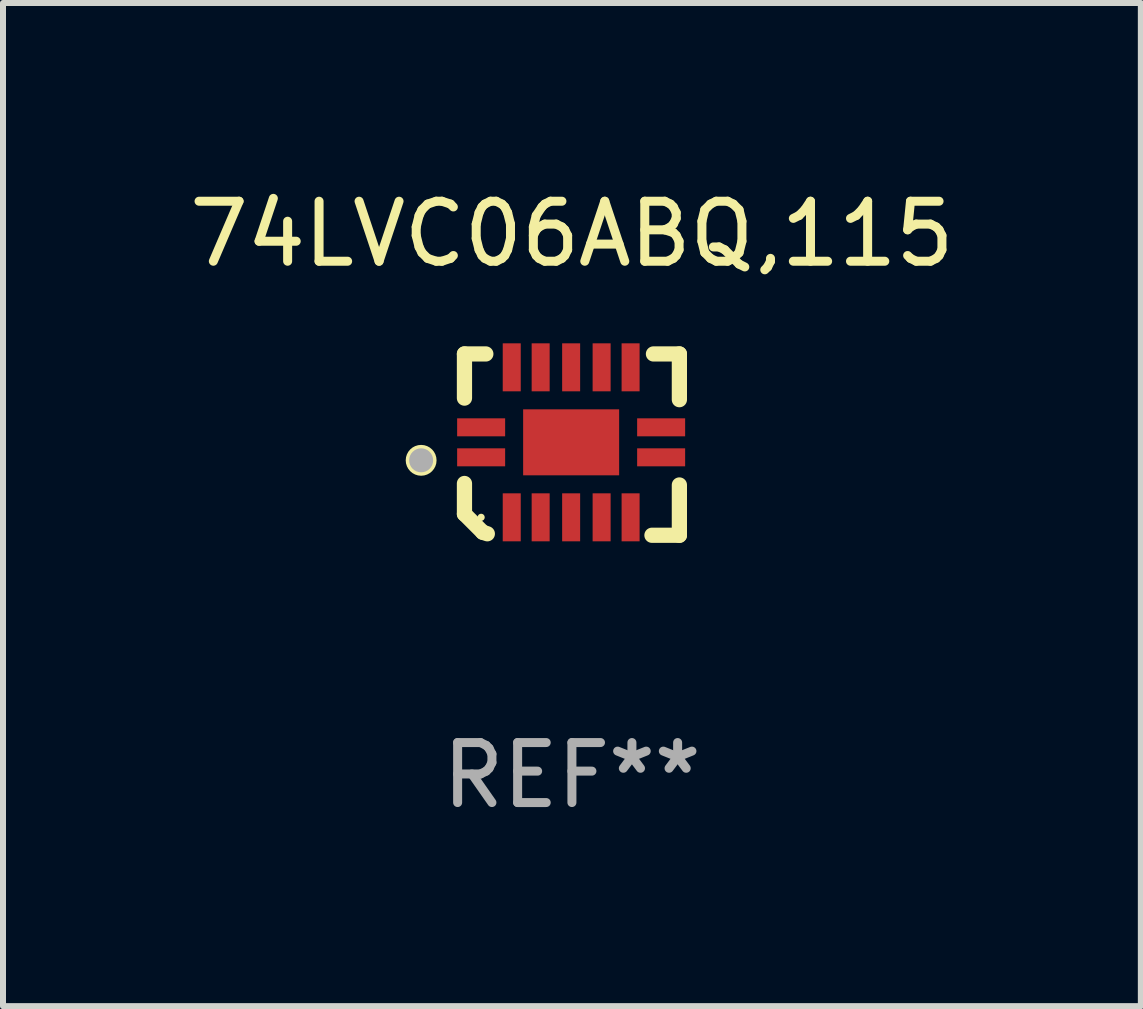
<source format=kicad_pcb>
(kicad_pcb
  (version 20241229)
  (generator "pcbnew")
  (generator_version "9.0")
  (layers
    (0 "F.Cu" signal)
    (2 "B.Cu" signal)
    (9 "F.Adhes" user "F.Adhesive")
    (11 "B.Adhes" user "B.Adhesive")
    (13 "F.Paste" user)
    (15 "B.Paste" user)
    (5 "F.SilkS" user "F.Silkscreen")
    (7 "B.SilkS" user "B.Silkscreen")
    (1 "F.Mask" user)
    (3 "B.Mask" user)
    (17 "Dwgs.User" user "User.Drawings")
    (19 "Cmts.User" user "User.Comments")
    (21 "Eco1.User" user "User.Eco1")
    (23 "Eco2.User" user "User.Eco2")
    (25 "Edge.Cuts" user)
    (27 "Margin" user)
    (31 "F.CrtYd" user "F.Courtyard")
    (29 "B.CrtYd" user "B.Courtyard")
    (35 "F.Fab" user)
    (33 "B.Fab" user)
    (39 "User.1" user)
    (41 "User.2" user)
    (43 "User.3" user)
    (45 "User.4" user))
  (footprint "74LVC06ABQ,115"
    (layer "F.Cu")
    (at 6.482 4.36)
    (property "Reference" "74LVC06ABQ,115" (at 0 -3.511 0) (layer "F.SilkS") (effects (font (size 1 1) (thickness 0.15))))
    (attr through_hole)
    (fp_line (start -1.791 -1.511) (end -1.435 -1.511) (stroke (width 0.254) (type solid)) (layer "F.SilkS"))
    (fp_line (start -1.791 -0.775) (end -1.791 -1.511) (stroke (width 0.254) (type solid)) (layer "F.SilkS"))
    (fp_line (start -1.791 1.156) (end -1.791 0.648) (stroke (width 0.254) (type solid)) (layer "F.SilkS"))
    (fp_line (start -1.486 1.461) (end -1.791 1.156) (stroke (width 0.254) (type solid)) (layer "F.SilkS"))
    (fp_line (start -1.41 1.486) (end -1.486 1.461) (stroke (width 0.254) (type solid)) (layer "F.SilkS"))
    (fp_line (start 1.334 1.511) (end 1.791 1.511) (stroke (width 0.254) (type solid)) (layer "F.SilkS"))
    (fp_line (start 1.791 -1.511) (end 1.359 -1.511) (stroke (width 0.254) (type solid)) (layer "F.SilkS"))
    (fp_line (start 1.791 -0.749) (end 1.791 -1.511) (stroke (width 0.254) (type solid)) (layer "F.SilkS"))
    (fp_line (start 1.791 1.511) (end 1.791 0.673) (stroke (width 0.254) (type solid)) (layer "F.SilkS"))
    (fp_circle (center -2.513 0.262) (end -2.383 0.262) (stroke (width 0.254) (type solid)) (fill no) (layer "F.SilkS"))
    (fp_circle (center -1.513 1.212) (end -1.483 1.212) (stroke (width 0.06) (type solid)) (fill no) (layer "F.SilkS"))
    (fp_circle (center -2.513 0.262) (end -2.413 0.262) (stroke (width 0.2) (type solid)) (fill no) (layer "F.Fab"))
    (fp_text user "REF**" (at 0 5.511 0) (layer "F.Fab") (effects (font (size 1 1) (thickness 0.15))))
    (pad "1" smd rect (at -1.513 0.212) (size 0.8 0.3) (layers "F.Cu" "F.Mask" "F.Paste"))
    (pad "2" smd rect (at -1.003 1.212) (size 0.3 0.8) (layers "F.Cu" "F.Mask" "F.Paste"))
    (pad "3" smd rect (at -0.521 1.212) (size 0.3 0.8) (layers "F.Cu" "F.Mask" "F.Paste"))
    (pad "4" smd rect (at -0.013 1.212) (size 0.3 0.8) (layers "F.Cu" "F.Mask" "F.Paste"))
    (pad "5" smd rect (at 0.495 1.212) (size 0.3 0.8) (layers "F.Cu" "F.Mask" "F.Paste"))
    (pad "6" smd rect (at 0.978 1.212) (size 0.3 0.8) (layers "F.Cu" "F.Mask" "F.Paste"))
    (pad "7" smd rect (at 1.487 0.212) (size 0.8 0.3) (layers "F.Cu" "F.Mask" "F.Paste"))
    (pad "8" smd rect (at 1.487 -0.288) (size 0.8 0.3) (layers "F.Cu" "F.Mask" "F.Paste"))
    (pad "9" smd rect (at 0.978 -1.288) (size 0.3 0.8) (layers "F.Cu" "F.Mask" "F.Paste"))
    (pad "10" smd rect (at 0.495 -1.288) (size 0.3 0.8) (layers "F.Cu" "F.Mask" "F.Paste"))
    (pad "11" smd rect (at -0.013 -1.288) (size 0.3 0.8) (layers "F.Cu" "F.Mask" "F.Paste"))
    (pad "12" smd rect (at -0.521 -1.288) (size 0.3 0.8) (layers "F.Cu" "F.Mask" "F.Paste"))
    (pad "13" smd rect (at -1.003 -1.288) (size 0.3 0.8) (layers "F.Cu" "F.Mask" "F.Paste"))
    (pad "14" smd rect (at -1.513 -0.288) (size 0.8 0.3) (layers "F.Cu" "F.Mask" "F.Paste"))
    (pad "15" smd rect (at -0.013 -0.038 90) (size 1.1 1.6) (layers "F.Cu" "F.Mask" "F.Paste")))
  (gr_rect
    (start -3 -3)
    (end 15.964 13.719)
    (stroke (width 0.1) (type default))
    (fill no)
    (layer "Edge.Cuts")))
</source>
